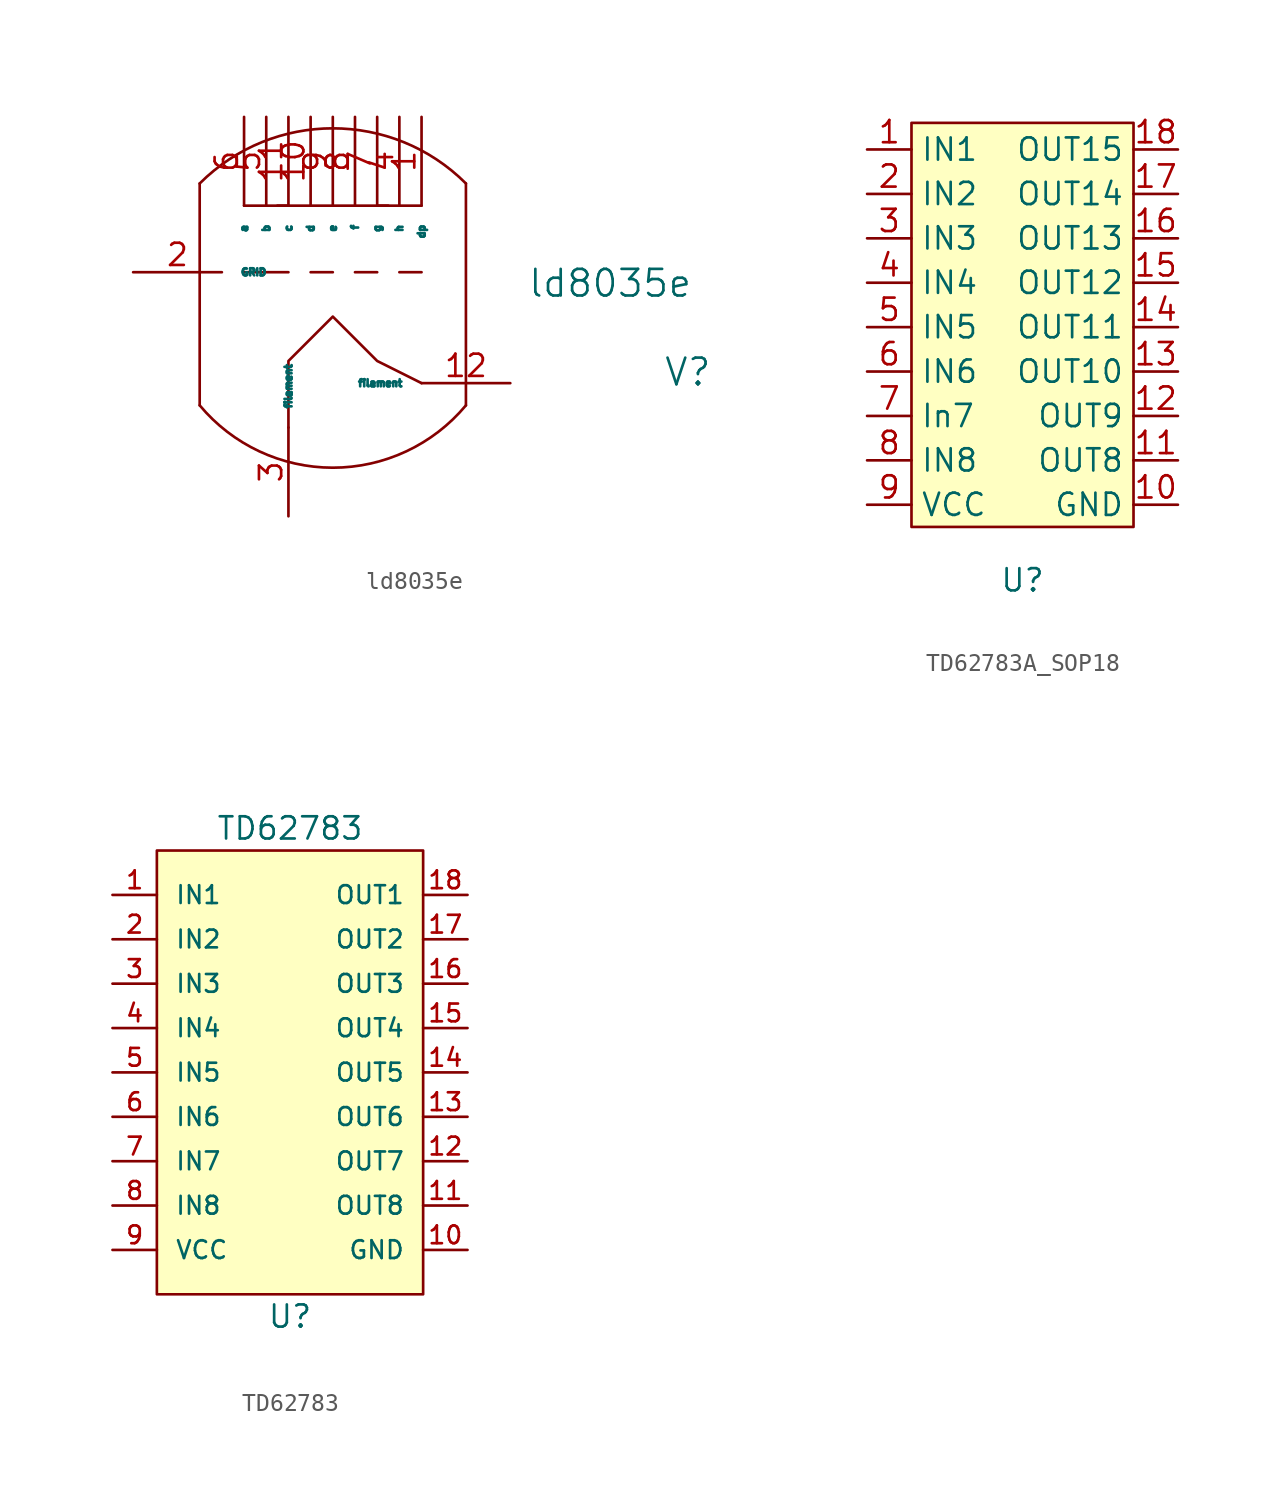
<source format=kicad_sym>
(kicad_symbol_lib
  (version 20231120)
  (generator "kicad_symbol_editor")
  (generator_version "8.0")
  (symbol "ld8035e"
    (pin_names
      (offset 1.016))
    (property "Reference" "V"
      (at 20.32 -3.175 0)
      (effects (font (size 1.524 1.524))))
    (property "Value" "ld8035e"
      (at 15.875 1.905 0)
      (effects (font (size 1.524 1.524))))
    (property "Footprint" ""
      (at 0 1.27 0)
      (effects (font (size 1.524 1.524))))
    (property "Datasheet" ""
      (at 0 1.27 0)
      (effects (font (size 1.524 1.524))))
    (symbol "ld8035e_0_1"
      (arc (start -7.62 -5.08) (mid 0 -8.649) (end 7.62 -5.08) (stroke (width 0) (type solid)) (fill (type none)))
      (polyline (pts (xy -7.62 7.62) (xy -7.62 -5.08)) (stroke (width 0) (type solid)) (fill (type none)))
      (polyline (pts (xy -5.08 2.54) (xy -2.54 2.54)) (stroke (width 0) (type solid)) (fill (type none)))
      (polyline (pts (xy -5.08 6.35) (xy -2.54 6.35)) (stroke (width 0) (type solid)) (fill (type none)))
      (polyline (pts (xy -1.27 2.54) (xy 0 2.54)) (stroke (width 0) (type solid)) (fill (type none)))
      (polyline (pts (xy 1.27 2.54) (xy 2.54 2.54)) (stroke (width 0) (type solid)) (fill (type none)))
      (polyline (pts (xy 3.175 6.35) (xy -3.175 6.35)) (stroke (width 0) (type solid)) (fill (type none)))
      (polyline (pts (xy 3.81 2.54) (xy 5.08 2.54)) (stroke (width 0) (type solid)) (fill (type none)))
      (polyline (pts (xy 7.62 7.62) (xy 7.62 -5.08)) (stroke (width 0) (type solid)) (fill (type none)))
      (polyline (pts (xy 5.08 6.35) (xy 3.81 6.35) (xy 2.54 6.35)) (stroke (width 0) (type solid)) (fill (type none)))
      (polyline (pts (xy -2.54 -6.35) (xy -2.54 -2.54) (xy 0 0) (xy 2.54 -2.54) (xy 5.08 -3.81)) (stroke (width 0) (type solid)) (fill (type none)))
      (arc (start 7.62 7.62) (mid 0 10.7763) (end -7.62 7.62) (stroke (width 0) (type solid)) (fill (type none))))
    (symbol "ld8035e_1_1"
      (pin input line (at 5.08 11.43 270) (length 5.08) (name "dp" (effects (font (size 0.406 0.406)))) (number "1" (effects (font (size 1.27 1.27)))))
      (pin input line (at -1.27 11.43 270) (length 5.08) (name "d" (effects (font (size 0.406 0.406)))) (number "10" (effects (font (size 1.27 1.27)))))
      (pin input line (at -2.54 11.43 270) (length 5.08) (name "c" (effects (font (size 0.406 0.406)))) (number "11" (effects (font (size 1.27 1.27)))))
      (pin input line (at 10.16 -3.81 180) (length 5.08) (name "filament" (effects (font (size 0.406 0.406)))) (number "12" (effects (font (size 1.27 1.27)))))
      (pin input line (at -11.43 2.54 0) (length 5.08) (name "GRID" (effects (font (size 0.406 0.406)))) (number "2" (effects (font (size 1.27 1.27)))))
      (pin input line (at -2.54 -11.43 90) (length 5.08) (name "filament" (effects (font (size 0.406 0.406)))) (number "3" (effects (font (size 1.27 1.27)))))
      (pin input line (at 3.81 11.43 270) (length 5.08) (name "h" (effects (font (size 0.406 0.406)))) (number "4" (effects (font (size 1.27 1.27)))))
      (pin input line (at -3.81 11.43 270) (length 5.08) (name "b" (effects (font (size 0.406 0.406)))) (number "5" (effects (font (size 1.27 1.27)))))
      (pin input line (at -5.08 11.43 270) (length 5.08) (name "a" (effects (font (size 0.406 0.406)))) (number "6" (effects (font (size 1.27 1.27)))))
      (pin input line (at 2.54 11.43 270) (length 5.08) (name "g" (effects (font (size 0.406 0.406)))) (number "7" (effects (font (size 1.27 1.27)))))
      (pin input line (at 1.27 11.43 270) (length 5.08) (name "f" (effects (font (size 0.406 0.406)))) (number "8" (effects (font (size 1.27 1.27)))))
      (pin input line (at 0 11.43 270) (length 5.08) (name "e" (effects (font (size 0.406 0.406)))) (number "9" (effects (font (size 1.27 1.27)))))))
  (symbol "TD62783A_SOP18"
    (property "Reference" "U"
      (at 0 -3.048 0)
      (effects (font (size 1.27 1.27))))
    (property "Value" ""
      (at 0 0 0)
      (effects (font (size 1.27 1.27))))
    (symbol "TD62783A_SOP18_1_1"
      (rectangle (start -6.35 23.114) (end 6.35 0) (stroke (width 0) (type default)) (fill (type background)))
      (pin input line (at -8.89 21.59 0) (length 2.54) (name "IN1" (effects (font (size 1.27 1.27)))) (number "1" (effects (font (size 1.27 1.27)))))
      (pin power_in line (at 8.89 1.27 180) (length 2.54) (name "GND" (effects (font (size 1.27 1.27)))) (number "10" (effects (font (size 1.27 1.27)))))
      (pin output line (at 8.89 3.81 180) (length 2.54) (name "OUT8" (effects (font (size 1.27 1.27)))) (number "11" (effects (font (size 1.27 1.27)))))
      (pin output line (at 8.89 6.35 180) (length 2.54) (name "OUT9" (effects (font (size 1.27 1.27)))) (number "12" (effects (font (size 1.27 1.27)))))
      (pin output line (at 8.89 8.89 180) (length 2.54) (name "OUT10" (effects (font (size 1.27 1.27)))) (number "13" (effects (font (size 1.27 1.27)))))
      (pin output line (at 8.89 11.43 180) (length 2.54) (name "OUT11" (effects (font (size 1.27 1.27)))) (number "14" (effects (font (size 1.27 1.27)))))
      (pin output line (at 8.89 13.97 180) (length 2.54) (name "OUT12" (effects (font (size 1.27 1.27)))) (number "15" (effects (font (size 1.27 1.27)))))
      (pin output line (at 8.89 16.51 180) (length 2.54) (name "OUT13" (effects (font (size 1.27 1.27)))) (number "16" (effects (font (size 1.27 1.27)))))
      (pin output line (at 8.89 19.05 180) (length 2.54) (name "OUT14" (effects (font (size 1.27 1.27)))) (number "17" (effects (font (size 1.27 1.27)))))
      (pin output line (at 8.89 21.59 180) (length 2.54) (name "OUT15" (effects (font (size 1.27 1.27)))) (number "18" (effects (font (size 1.27 1.27)))))
      (pin input line (at -8.89 19.05 0) (length 2.54) (name "IN2" (effects (font (size 1.27 1.27)))) (number "2" (effects (font (size 1.27 1.27)))))
      (pin input line (at -8.89 16.51 0) (length 2.54) (name "IN3" (effects (font (size 1.27 1.27)))) (number "3" (effects (font (size 1.27 1.27)))))
      (pin input line (at -8.89 13.97 0) (length 2.54) (name "IN4" (effects (font (size 1.27 1.27)))) (number "4" (effects (font (size 1.27 1.27)))))
      (pin input line (at -8.89 11.43 0) (length 2.54) (name "IN5" (effects (font (size 1.27 1.27)))) (number "5" (effects (font (size 1.27 1.27)))))
      (pin input line (at -8.89 8.89 0) (length 2.54) (name "IN6" (effects (font (size 1.27 1.27)))) (number "6" (effects (font (size 1.27 1.27)))))
      (pin input line (at -8.89 6.35 0) (length 2.54) (name "In7" (effects (font (size 1.27 1.27)))) (number "7" (effects (font (size 1.27 1.27)))))
      (pin input line (at -8.89 3.81 0) (length 2.54) (name "IN8" (effects (font (size 1.27 1.27)))) (number "8" (effects (font (size 1.27 1.27)))))
      (pin power_in line (at -8.89 1.27 0) (length 2.54) (name "VCC" (effects (font (size 1.27 1.27)))) (number "9" (effects (font (size 1.27 1.27)))))))
  (symbol "TD62783"
    (pin_names
      (offset 1.016))
    (property "Reference" "U"
      (at 0 -13.97 0)
      (effects (font (size 1.27 1.27))))
    (property "Value" "TD62783"
      (at 0 13.97 0)
      (effects (font (size 1.27 1.27))))
    (property "Footprint" ""
      (at 0 0 0)
      (effects (font (size 1.524 1.524))))
    (property "Datasheet" ""
      (at 0 0 0)
      (effects (font (size 1.524 1.524))))
    (symbol "TD62783_0_1"
      (rectangle (start -7.62 12.7) (end 7.62 -12.7) (stroke (width 0) (type solid)) (fill (type background))))
    (symbol "TD62783_1_1"
      (pin input line (at -10.16 10.16 0) (length 2.54) (name "IN1" (effects (font (size 1.016 1.016)))) (number "1" (effects (font (size 1.016 1.016)))))
      (pin power_in line (at 10.16 -10.16 180) (length 2.54) (name "GND" (effects (font (size 1.016 1.016)))) (number "10" (effects (font (size 1.016 1.016)))))
      (pin output line (at 10.16 -7.62 180) (length 2.54) (name "OUT8" (effects (font (size 1.016 1.016)))) (number "11" (effects (font (size 1.016 1.016)))))
      (pin output line (at 10.16 -5.08 180) (length 2.54) (name "OUT7" (effects (font (size 1.016 1.016)))) (number "12" (effects (font (size 1.016 1.016)))))
      (pin output line (at 10.16 -2.54 180) (length 2.54) (name "OUT6" (effects (font (size 1.016 1.016)))) (number "13" (effects (font (size 1.016 1.016)))))
      (pin output line (at 10.16 0 180) (length 2.54) (name "OUT5" (effects (font (size 1.016 1.016)))) (number "14" (effects (font (size 1.016 1.016)))))
      (pin output line (at 10.16 2.54 180) (length 2.54) (name "OUT4" (effects (font (size 1.016 1.016)))) (number "15" (effects (font (size 1.016 1.016)))))
      (pin output line (at 10.16 5.08 180) (length 2.54) (name "OUT3" (effects (font (size 1.016 1.016)))) (number "16" (effects (font (size 1.016 1.016)))))
      (pin output line (at 10.16 7.62 180) (length 2.54) (name "OUT2" (effects (font (size 1.016 1.016)))) (number "17" (effects (font (size 1.016 1.016)))))
      (pin output line (at 10.16 10.16 180) (length 2.54) (name "OUT1" (effects (font (size 1.016 1.016)))) (number "18" (effects (font (size 1.016 1.016)))))
      (pin input line (at -10.16 7.62 0) (length 2.54) (name "IN2" (effects (font (size 1.016 1.016)))) (number "2" (effects (font (size 1.016 1.016)))))
      (pin input line (at -10.16 5.08 0) (length 2.54) (name "IN3" (effects (font (size 1.016 1.016)))) (number "3" (effects (font (size 1.016 1.016)))))
      (pin input line (at -10.16 2.54 0) (length 2.54) (name "IN4" (effects (font (size 1.016 1.016)))) (number "4" (effects (font (size 1.016 1.016)))))
      (pin input line (at -10.16 0 0) (length 2.54) (name "IN5" (effects (font (size 1.016 1.016)))) (number "5" (effects (font (size 1.016 1.016)))))
      (pin input line (at -10.16 -2.54 0) (length 2.54) (name "IN6" (effects (font (size 1.016 1.016)))) (number "6" (effects (font (size 1.016 1.016)))))
      (pin input line (at -10.16 -5.08 0) (length 2.54) (name "IN7" (effects (font (size 1.016 1.016)))) (number "7" (effects (font (size 1.016 1.016)))))
      (pin input line (at -10.16 -7.62 0) (length 2.54) (name "IN8" (effects (font (size 1.016 1.016)))) (number "8" (effects (font (size 1.016 1.016)))))
      (pin power_in line (at -10.16 -10.16 0) (length 2.54) (name "VCC" (effects (font (size 1.016 1.016)))) (number "9" (effects (font (size 1.016 1.016))))))))
</source>
